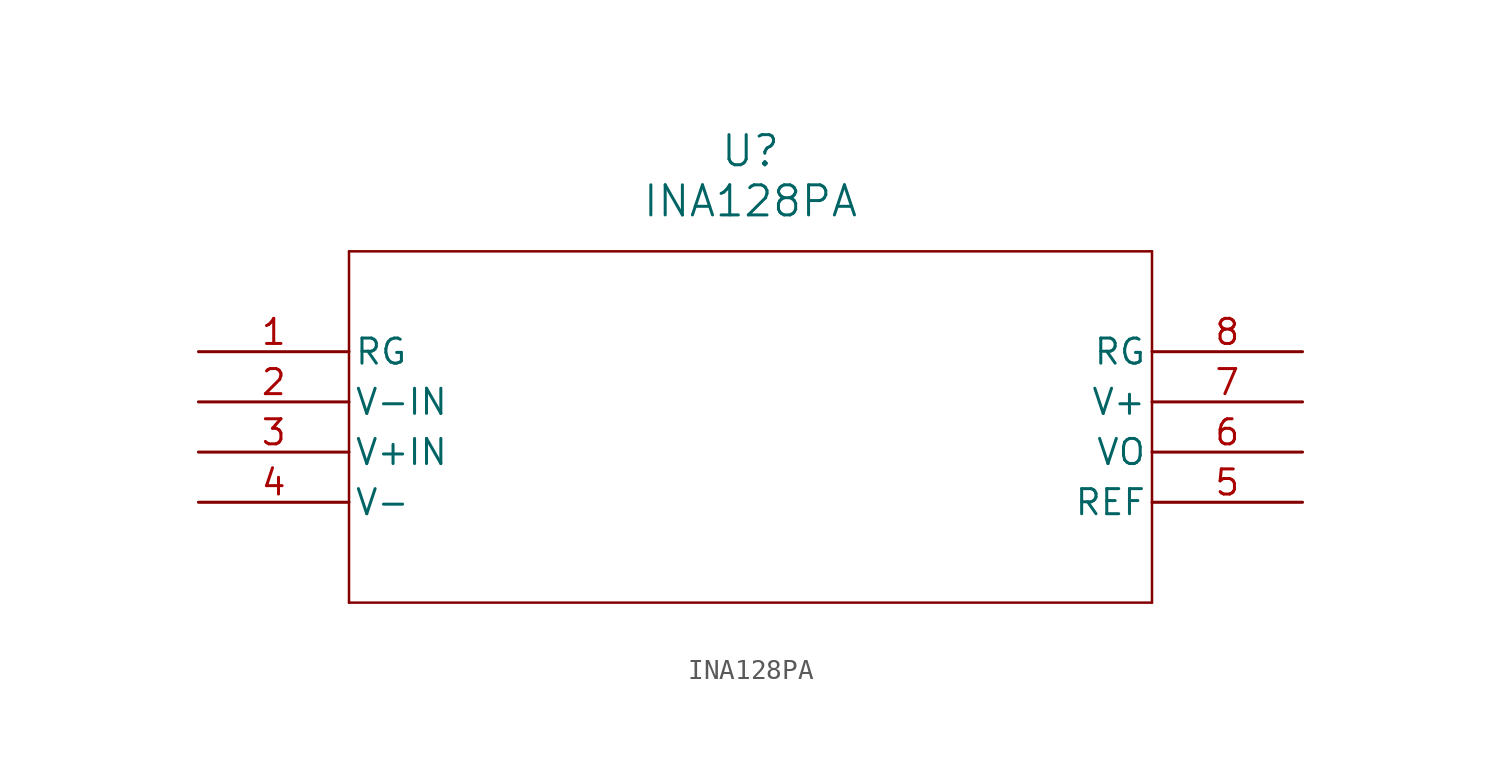
<source format=kicad_sym>
(kicad_symbol_lib
  (version 20211014)
  (generator kicad_symbol_editor)
  (symbol "INA128PA"
    (pin_names
      (offset 0.254))
    (property "Reference" "U"
      (at 27.94 10.16 0)
      (effects (font (size 1.524 1.524))))
    (property "Value" "INA128PA"
      (at 27.94 7.62 0)
      (effects (font (size 1.524 1.524))))
    (symbol "INA128PA_0_1"
      (polyline (pts (xy 7.62 5.08) (xy 7.62 -12.7)) (stroke (width 0.127) (type default) (color 0 0 0 0)) (fill (type none)))
      (polyline (pts (xy 7.62 -12.7) (xy 48.26 -12.7)) (stroke (width 0.127) (type default) (color 0 0 0 0)) (fill (type none)))
      (polyline (pts (xy 48.26 -12.7) (xy 48.26 5.08)) (stroke (width 0.127) (type default) (color 0 0 0 0)) (fill (type none)))
      (polyline (pts (xy 48.26 5.08) (xy 7.62 5.08)) (stroke (width 0.127) (type default) (color 0 0 0 0)) (fill (type none)))
      (pin unspecified line (at 0 0 0) (length 7.62) (name "RG" (effects (font (size 1.27 1.27)))) (number "1" (effects (font (size 1.27 1.27)))))
      (pin input line (at 0 -2.54 0) (length 7.62) (name "V-IN" (effects (font (size 1.27 1.27)))) (number "2" (effects (font (size 1.27 1.27)))))
      (pin input line (at 0 -5.08 0) (length 7.62) (name "V+IN" (effects (font (size 1.27 1.27)))) (number "3" (effects (font (size 1.27 1.27)))))
      (pin power_in line (at 0 -7.62 0) (length 7.62) (name "V-" (effects (font (size 1.27 1.27)))) (number "4" (effects (font (size 1.27 1.27)))))
      (pin unspecified line (at 55.88 -7.62 180) (length 7.62) (name "REF" (effects (font (size 1.27 1.27)))) (number "5" (effects (font (size 1.27 1.27)))))
      (pin output line (at 55.88 -5.08 180) (length 7.62) (name "VO" (effects (font (size 1.27 1.27)))) (number "6" (effects (font (size 1.27 1.27)))))
      (pin power_in line (at 55.88 -2.54 180) (length 7.62) (name "V+" (effects (font (size 1.27 1.27)))) (number "7" (effects (font (size 1.27 1.27)))))
      (pin unspecified line (at 55.88 0 180) (length 7.62) (name "RG" (effects (font (size 1.27 1.27)))) (number "8" (effects (font (size 1.27 1.27))))))))
</source>
